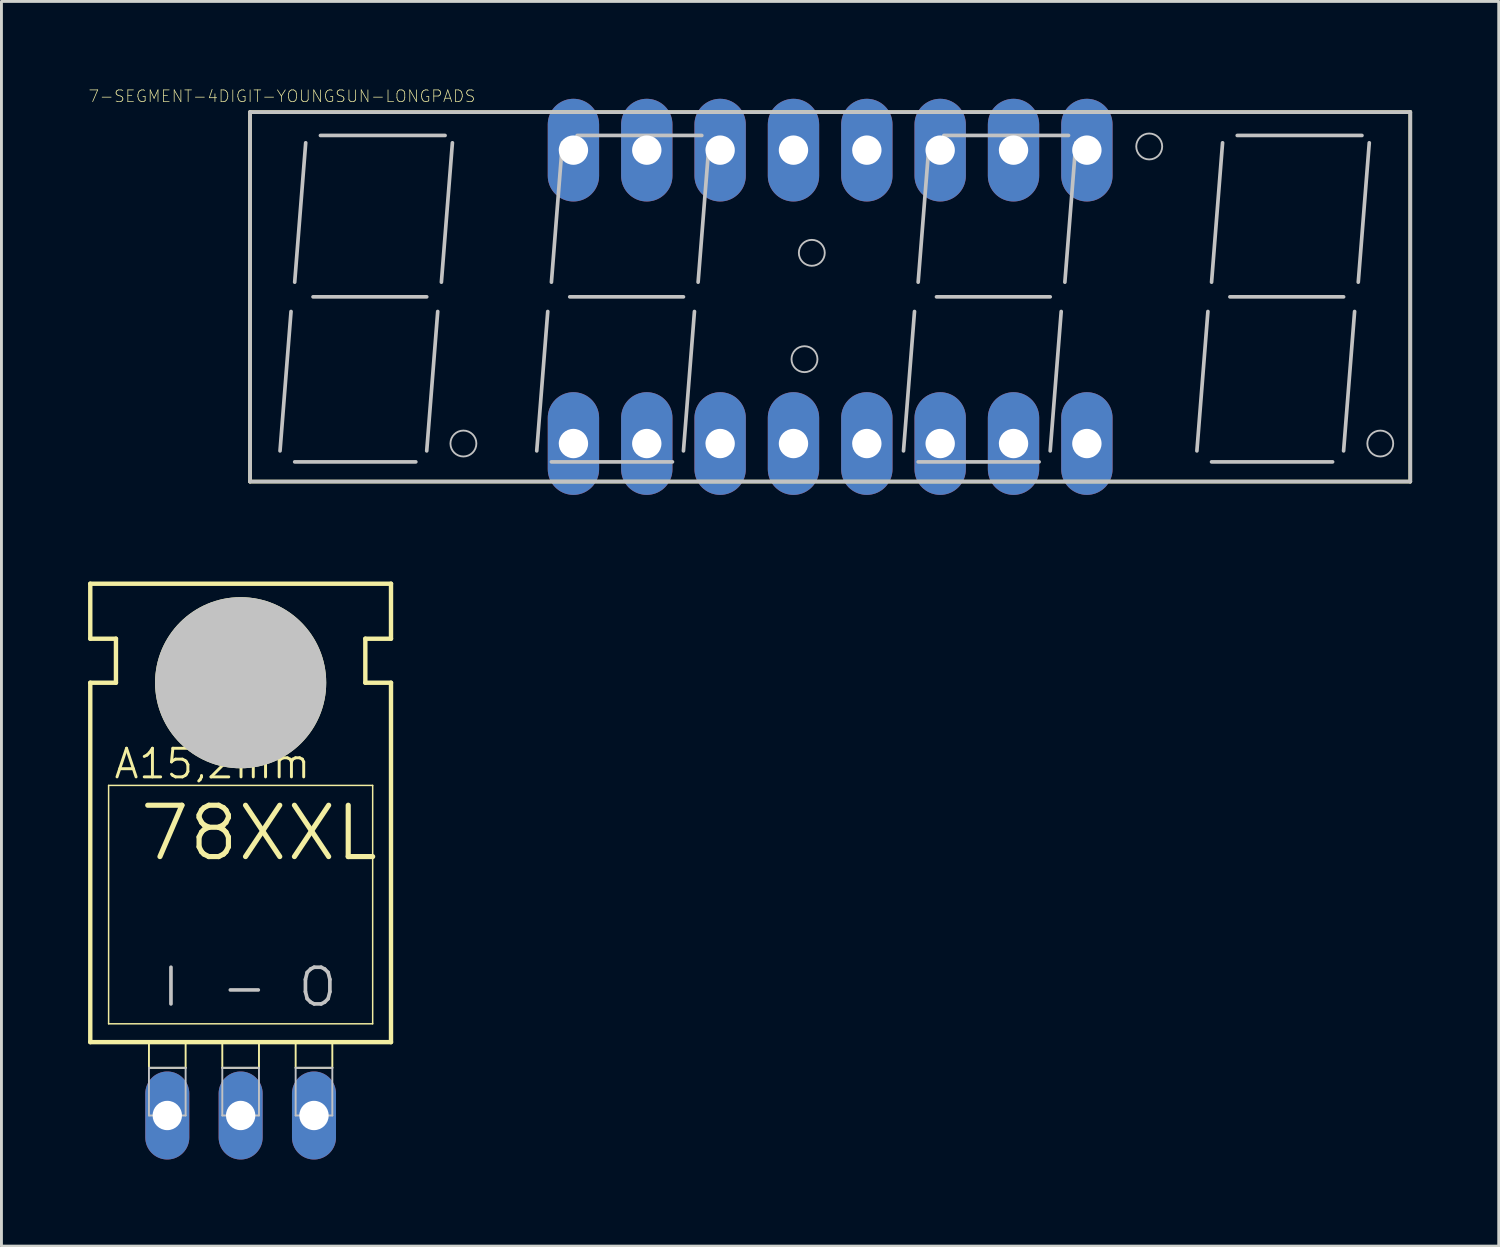
<source format=kicad_pcb>
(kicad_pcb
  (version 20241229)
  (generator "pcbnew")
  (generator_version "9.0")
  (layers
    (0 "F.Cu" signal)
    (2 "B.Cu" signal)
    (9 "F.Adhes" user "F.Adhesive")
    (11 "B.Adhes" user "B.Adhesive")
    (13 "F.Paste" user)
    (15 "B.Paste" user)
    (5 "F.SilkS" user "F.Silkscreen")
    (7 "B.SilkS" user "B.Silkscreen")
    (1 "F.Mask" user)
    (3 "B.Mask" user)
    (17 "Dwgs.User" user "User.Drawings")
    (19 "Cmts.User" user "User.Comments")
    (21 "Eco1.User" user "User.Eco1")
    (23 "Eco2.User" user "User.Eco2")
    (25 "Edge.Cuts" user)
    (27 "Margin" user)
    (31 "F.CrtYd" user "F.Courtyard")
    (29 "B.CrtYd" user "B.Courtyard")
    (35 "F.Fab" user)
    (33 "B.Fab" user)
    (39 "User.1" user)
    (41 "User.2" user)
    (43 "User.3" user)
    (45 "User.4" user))
  (footprint "7-SEGMENT-4DIGIT-YOUNGSUN-LONGPADS"
    (layer "F.Cu")
    (at 25.697 7.229)
    (property "Reference" "7-SEGMENT-4DIGIT-YOUNGSUN-LONGPADS" (at -18.984 -6.947 0) (layer "F.SilkS") (effects (font (size 0.406 0.406) (thickness 0.025))))
    (attr exclude_from_pos_files exclude_from_bom)
    (fp_line (start -20.089 -6.398) (end -20.089 6.398) (stroke (width 0.127) (type solid)) (layer "F.SilkS"))
    (fp_line (start -20.089 -6.398) (end 20.089 -6.398) (stroke (width 0.127) (type solid)) (layer "F.SilkS"))
    (fp_line (start -20.089 6.398) (end 20.089 6.398) (stroke (width 0.127) (type solid)) (layer "F.SilkS"))
    (fp_line (start 20.089 -6.398) (end 20.089 6.398) (stroke (width 0.127) (type solid)) (layer "F.SilkS"))
    (fp_line (start -20.089 -6.398) (end -20.089 6.398) (stroke (width 0.127) (type solid)) (layer "Dwgs.User"))
    (fp_line (start -20.089 -6.398) (end 20.089 -6.398) (stroke (width 0.127) (type solid)) (layer "Dwgs.User"))
    (fp_line (start -20.089 6.398) (end 20.089 6.398) (stroke (width 0.127) (type solid)) (layer "Dwgs.User"))
    (fp_line (start -18.669 0.508) (end -19.05 5.334) (stroke (width 0.127) (type solid)) (layer "Dwgs.User"))
    (fp_line (start -18.542 5.715) (end -14.348 5.715) (stroke (width 0.127) (type solid)) (layer "Dwgs.User"))
    (fp_line (start -18.161 -5.334) (end -18.542 -0.508) (stroke (width 0.127) (type solid)) (layer "Dwgs.User"))
    (fp_line (start -17.907 0) (end -13.97 0) (stroke (width 0.127) (type solid)) (layer "Dwgs.User"))
    (fp_line (start -17.65 -5.588) (end -13.335 -5.588) (stroke (width 0.127) (type solid)) (layer "Dwgs.User"))
    (fp_line (start -13.589 0.508) (end -13.97 5.334) (stroke (width 0.127) (type solid)) (layer "Dwgs.User"))
    (fp_line (start -13.081 -5.334) (end -13.462 -0.508) (stroke (width 0.127) (type solid)) (layer "Dwgs.User"))
    (fp_line (start -9.779 0.508) (end -10.16 5.334) (stroke (width 0.127) (type solid)) (layer "Dwgs.User"))
    (fp_line (start -9.652 5.715) (end -5.461 5.715) (stroke (width 0.127) (type solid)) (layer "Dwgs.User"))
    (fp_line (start -9.271 -5.334) (end -9.652 -0.508) (stroke (width 0.127) (type solid)) (layer "Dwgs.User"))
    (fp_line (start -9.017 0) (end -5.08 0) (stroke (width 0.127) (type solid)) (layer "Dwgs.User"))
    (fp_line (start -8.76 -5.588) (end -4.445 -5.588) (stroke (width 0.127) (type solid)) (layer "Dwgs.User"))
    (fp_line (start -4.699 0.508) (end -5.08 5.334) (stroke (width 0.127) (type solid)) (layer "Dwgs.User"))
    (fp_line (start -4.191 -5.334) (end -4.572 -0.508) (stroke (width 0.127) (type solid)) (layer "Dwgs.User"))
    (fp_line (start 2.921 0.508) (end 2.54 5.334) (stroke (width 0.127) (type solid)) (layer "Dwgs.User"))
    (fp_line (start 3.048 5.715) (end 7.236 5.715) (stroke (width 0.127) (type solid)) (layer "Dwgs.User"))
    (fp_line (start 3.429 -5.334) (end 3.048 -0.508) (stroke (width 0.127) (type solid)) (layer "Dwgs.User"))
    (fp_line (start 3.683 0) (end 7.62 0) (stroke (width 0.127) (type solid)) (layer "Dwgs.User"))
    (fp_line (start 3.937 -5.588) (end 8.255 -5.588) (stroke (width 0.127) (type solid)) (layer "Dwgs.User"))
    (fp_line (start 8.001 0.508) (end 7.62 5.334) (stroke (width 0.127) (type solid)) (layer "Dwgs.User"))
    (fp_line (start 8.509 -5.334) (end 8.128 -0.508) (stroke (width 0.127) (type solid)) (layer "Dwgs.User"))
    (fp_line (start 13.081 0.508) (end 12.7 5.334) (stroke (width 0.127) (type solid)) (layer "Dwgs.User"))
    (fp_line (start 13.208 5.715) (end 17.399 5.715) (stroke (width 0.127) (type solid)) (layer "Dwgs.User"))
    (fp_line (start 13.589 -5.334) (end 13.208 -0.508) (stroke (width 0.127) (type solid)) (layer "Dwgs.User"))
    (fp_line (start 13.843 0) (end 17.78 0) (stroke (width 0.127) (type solid)) (layer "Dwgs.User"))
    (fp_line (start 14.097 -5.588) (end 18.415 -5.588) (stroke (width 0.127) (type solid)) (layer "Dwgs.User"))
    (fp_line (start 18.161 0.508) (end 17.78 5.334) (stroke (width 0.127) (type solid)) (layer "Dwgs.User"))
    (fp_line (start 18.669 -5.334) (end 18.288 -0.508) (stroke (width 0.127) (type solid)) (layer "Dwgs.User"))
    (fp_line (start 20.089 -6.398) (end 20.089 6.398) (stroke (width 0.127) (type solid)) (layer "Dwgs.User"))
    (fp_circle (center -12.7 5.08) (end -13.018 5.397) (stroke (width 0.064) (type solid)) (fill no) (layer "Dwgs.User"))
    (fp_circle (center -3.81 5.08) (end -4.128 5.397) (stroke (width 0.064) (type solid)) (fill no) (layer "Dwgs.User"))
    (fp_circle (center -0.889 2.159) (end -1.206 2.477) (stroke (width 0.064) (type solid)) (fill no) (layer "Dwgs.User"))
    (fp_circle (center -0.635 -1.524) (end -0.953 -1.841) (stroke (width 0.064) (type solid)) (fill no) (layer "Dwgs.User"))
    (fp_circle (center 8.89 5.08) (end 9.207 5.397) (stroke (width 0.064) (type solid)) (fill no) (layer "Dwgs.User"))
    (fp_circle (center 11.049 -5.207) (end 11.367 -5.524) (stroke (width 0.064) (type solid)) (fill no) (layer "Dwgs.User"))
    (fp_circle (center 19.05 5.08) (end 19.367 5.397) (stroke (width 0.064) (type solid)) (fill no) (layer "Dwgs.User"))
    (pad "1" thru_hole oval (at -8.89 5.08 180) (size 1.778 3.556) (drill 1.016) (layers "*.Cu" "*.Paste" "*.Mask"))
    (pad "2" thru_hole oval (at -6.35 5.08 180) (size 1.778 3.556) (drill 1.016) (layers "*.Cu" "*.Paste" "*.Mask"))
    (pad "3" thru_hole oval (at -3.81 5.08 180) (size 1.778 3.556) (drill 1.016) (layers "*.Cu" "*.Paste" "*.Mask"))
    (pad "4" thru_hole oval (at -1.27 5.08 180) (size 1.778 3.556) (drill 1.016) (layers "*.Cu" "*.Paste" "*.Mask"))
    (pad "5" thru_hole oval (at 1.27 5.08 180) (size 1.778 3.556) (drill 1.016) (layers "*.Cu" "*.Paste" "*.Mask"))
    (pad "6" thru_hole oval (at 3.81 5.08 180) (size 1.778 3.556) (drill 1.016) (layers "*.Cu" "*.Paste" "*.Mask"))
    (pad "7" thru_hole oval (at 6.35 5.08 180) (size 1.778 3.556) (drill 1.016) (layers "*.Cu" "*.Paste" "*.Mask"))
    (pad "8" thru_hole oval (at 8.89 5.08 180) (size 1.778 3.556) (drill 1.016) (layers "*.Cu" "*.Paste" "*.Mask"))
    (pad "9" thru_hole oval (at 8.89 -5.08 180) (size 1.778 3.556) (drill 1.016) (layers "*.Cu" "*.Paste" "*.Mask"))
    (pad "10" thru_hole oval (at 6.35 -5.08 180) (size 1.778 3.556) (drill 1.016) (layers "*.Cu" "*.Paste" "*.Mask"))
    (pad "11" thru_hole oval (at 3.81 -5.08 180) (size 1.778 3.556) (drill 1.016) (layers "*.Cu" "*.Paste" "*.Mask"))
    (pad "12" thru_hole oval (at 1.27 -5.08 180) (size 1.778 3.556) (drill 1.016) (layers "*.Cu" "*.Paste" "*.Mask"))
    (pad "13" thru_hole oval (at -1.27 -5.08 180) (size 1.778 3.556) (drill 1.016) (layers "*.Cu" "*.Paste" "*.Mask"))
    (pad "14" thru_hole oval (at -3.81 -5.08 180) (size 1.778 3.556) (drill 1.016) (layers "*.Cu" "*.Paste" "*.Mask"))
    (pad "15" thru_hole oval (at -6.35 -5.08 180) (size 1.778 3.556) (drill 1.016) (layers "*.Cu" "*.Paste" "*.Mask"))
    (pad "16" thru_hole oval (at -8.89 -5.08 180) (size 1.778 3.556) (drill 1.016) (layers "*.Cu" "*.Paste" "*.Mask")))
  (footprint "78XXL"
    (layer "F.Cu")
    (at 5.283 31.768)
    (property "Reference" "78XXL" (at 0.635 -5.969 0) (layer "F.SilkS") (effects (font (size 1.778 1.778) (thickness 0.178))))
    (attr exclude_from_pos_files exclude_from_bom)
    (fp_line (start -5.207 -12.7) (end -5.207 -14.605) (stroke (width 0.152) (type solid)) (layer "F.SilkS"))
    (fp_line (start -5.207 -11.176) (end -4.318 -11.176) (stroke (width 0.152) (type solid)) (layer "F.SilkS"))
    (fp_line (start -5.207 1.27) (end -5.207 -11.176) (stroke (width 0.152) (type solid)) (layer "F.SilkS"))
    (fp_line (start -5.207 1.27) (end 5.207 1.27) (stroke (width 0.152) (type solid)) (layer "F.SilkS"))
    (fp_line (start -4.572 0.635) (end -4.572 -7.62) (stroke (width 0.051) (type solid)) (layer "F.SilkS"))
    (fp_line (start -4.572 0.635) (end 4.572 0.635) (stroke (width 0.051) (type solid)) (layer "F.SilkS"))
    (fp_line (start -4.318 -12.7) (end -5.207 -12.7) (stroke (width 0.152) (type solid)) (layer "F.SilkS"))
    (fp_line (start -4.318 -11.176) (end -4.318 -12.7) (stroke (width 0.152) (type solid)) (layer "F.SilkS"))
    (fp_line (start -3.175 1.27) (end -1.905 1.27) (stroke (width 0.066) (type solid)) (layer "F.SilkS"))
    (fp_line (start -3.175 2.159) (end -3.175 1.27) (stroke (width 0.066) (type solid)) (layer "F.SilkS"))
    (fp_line (start -3.175 2.159) (end -1.905 2.159) (stroke (width 0.066) (type solid)) (layer "F.SilkS"))
    (fp_line (start -1.905 2.159) (end -1.905 1.27) (stroke (width 0.066) (type solid)) (layer "F.SilkS"))
    (fp_line (start -1.651 -11.176) (end 1.651 -11.176) (stroke (width 0.127) (type solid)) (layer "F.SilkS"))
    (fp_line (start -0.635 1.27) (end 0.635 1.27) (stroke (width 0.066) (type solid)) (layer "F.SilkS"))
    (fp_line (start -0.635 2.159) (end -0.635 1.27) (stroke (width 0.066) (type solid)) (layer "F.SilkS"))
    (fp_line (start -0.635 2.159) (end 0.635 2.159) (stroke (width 0.066) (type solid)) (layer "F.SilkS"))
    (fp_line (start 0 -9.525) (end 0 -12.827) (stroke (width 0.127) (type solid)) (layer "F.SilkS"))
    (fp_line (start 0.635 2.159) (end 0.635 1.27) (stroke (width 0.066) (type solid)) (layer "F.SilkS"))
    (fp_line (start 1.905 1.27) (end 3.175 1.27) (stroke (width 0.066) (type solid)) (layer "F.SilkS"))
    (fp_line (start 1.905 2.159) (end 1.905 1.27) (stroke (width 0.066) (type solid)) (layer "F.SilkS"))
    (fp_line (start 1.905 2.159) (end 3.175 2.159) (stroke (width 0.066) (type solid)) (layer "F.SilkS"))
    (fp_line (start 3.175 2.159) (end 3.175 1.27) (stroke (width 0.066) (type solid)) (layer "F.SilkS"))
    (fp_line (start 4.318 -12.7) (end 5.207 -12.7) (stroke (width 0.152) (type solid)) (layer "F.SilkS"))
    (fp_line (start 4.318 -11.176) (end 4.318 -12.7) (stroke (width 0.152) (type solid)) (layer "F.SilkS"))
    (fp_line (start 4.572 -7.62) (end -4.572 -7.62) (stroke (width 0.051) (type solid)) (layer "F.SilkS"))
    (fp_line (start 4.572 -7.62) (end 4.572 0.635) (stroke (width 0.051) (type solid)) (layer "F.SilkS"))
    (fp_line (start 5.207 -14.605) (end -5.207 -14.605) (stroke (width 0.152) (type solid)) (layer "F.SilkS"))
    (fp_line (start 5.207 -12.7) (end 5.207 -14.605) (stroke (width 0.152) (type solid)) (layer "F.SilkS"))
    (fp_line (start 5.207 -11.176) (end 4.318 -11.176) (stroke (width 0.152) (type solid)) (layer "F.SilkS"))
    (fp_line (start 5.207 1.27) (end 5.207 -11.176) (stroke (width 0.152) (type solid)) (layer "F.SilkS"))
    (fp_circle (center 0 -11.176) (end -2.095 -13.271) (stroke (width 0) (type solid)) (fill yes) (layer "F.SilkS"))
    (fp_circle (center 0 -11.176) (end -0.899 -12.075) (stroke (width 0.076) (type solid)) (fill no) (layer "F.SilkS"))
    (fp_circle (center 0 -11.176) (end -0.826 -12.002) (stroke (width 0.127) (type solid)) (fill no) (layer "F.SilkS"))
    (fp_line (start -3.175 2.159) (end -1.905 2.159) (stroke (width 0.066) (type solid)) (layer "Dwgs.User"))
    (fp_line (start -3.175 3.81) (end -3.175 2.159) (stroke (width 0.066) (type solid)) (layer "Dwgs.User"))
    (fp_line (start -3.175 3.81) (end -1.905 3.81) (stroke (width 0.066) (type solid)) (layer "Dwgs.User"))
    (fp_line (start -1.905 3.81) (end -1.905 2.159) (stroke (width 0.066) (type solid)) (layer "Dwgs.User"))
    (fp_line (start -0.635 2.159) (end 0.635 2.159) (stroke (width 0.066) (type solid)) (layer "Dwgs.User"))
    (fp_line (start -0.635 3.81) (end -0.635 2.159) (stroke (width 0.066) (type solid)) (layer "Dwgs.User"))
    (fp_line (start -0.635 3.81) (end 0.635 3.81) (stroke (width 0.066) (type solid)) (layer "Dwgs.User"))
    (fp_line (start 0.635 3.81) (end 0.635 2.159) (stroke (width 0.066) (type solid)) (layer "Dwgs.User"))
    (fp_line (start 1.905 2.159) (end 3.175 2.159) (stroke (width 0.066) (type solid)) (layer "Dwgs.User"))
    (fp_line (start 1.905 3.81) (end 1.905 2.159) (stroke (width 0.066) (type solid)) (layer "Dwgs.User"))
    (fp_line (start 1.905 3.81) (end 3.175 3.81) (stroke (width 0.066) (type solid)) (layer "Dwgs.User"))
    (fp_line (start 3.175 3.81) (end 3.175 2.159) (stroke (width 0.066) (type solid)) (layer "Dwgs.User"))
    (fp_circle (center 0 -11.176) (end -2.095 -13.271) (stroke (width 0) (type solid)) (fill yes) (layer "Dwgs.User"))
    (fp_text user "A15,2mm" (at -0.978 -8.369 0) (layer "F.SilkS") (effects (font (size 0.991 0.991) (thickness 0.102))))
    (fp_text user "I" (at -2.413 -0.635 0) (layer "Dwgs.User") (effects (font (size 1.27 1.27) (thickness 0.127))))
    (fp_text user "O" (at 2.667 -0.635 0) (layer "Dwgs.User") (effects (font (size 1.27 1.27) (thickness 0.127))))
    (fp_text user "-" (at 0.127 -0.635 0) (layer "Dwgs.User") (effects (font (size 1.27 1.27) (thickness 0.127))))
    (pad "GND" thru_hole oval (at 0 3.81 180) (size 1.524 3.048) (drill 1.016) (layers "*.Cu" "*.Paste" "*.Mask"))
    (pad "IN" thru_hole oval (at -2.54 3.81 180) (size 1.524 3.048) (drill 1.016) (layers "*.Cu" "*.Paste" "*.Mask"))
    (pad "OUT" thru_hole oval (at 2.54 3.81 180) (size 1.524 3.048) (drill 1.016) (layers "*.Cu" "*.Paste" "*.Mask")))
  (gr_rect
    (start -3 -3)
    (end 48.849 40.102)
    (stroke (width 0.1) (type default))
    (fill no)
    (layer "Edge.Cuts")))
</source>
